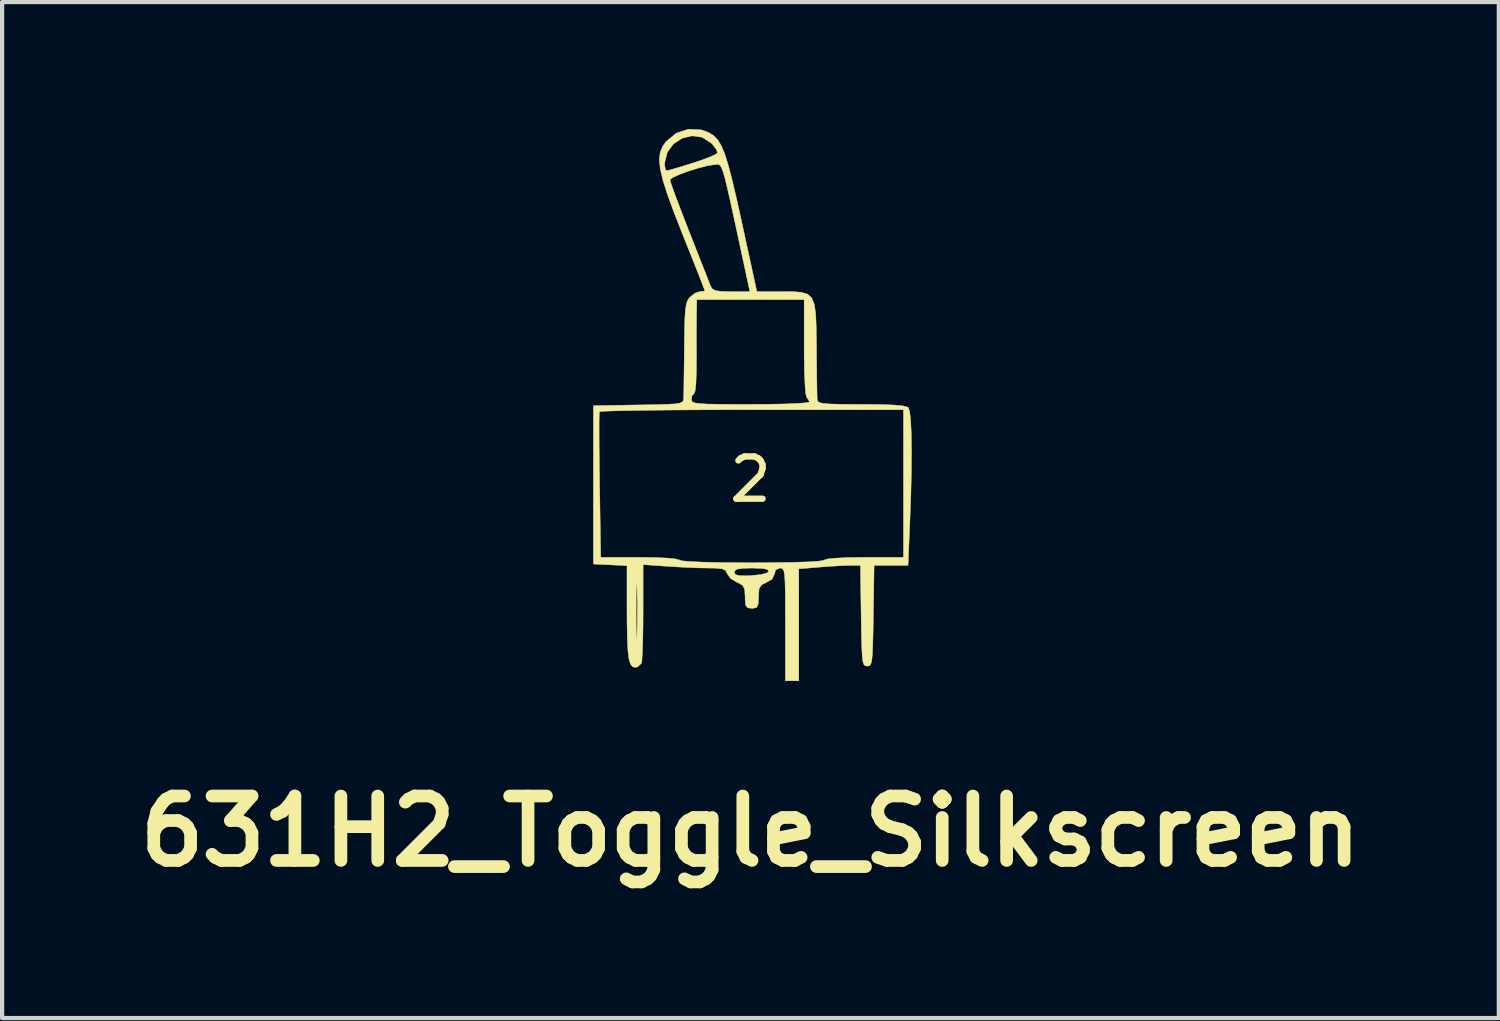
<source format=kicad_pcb>
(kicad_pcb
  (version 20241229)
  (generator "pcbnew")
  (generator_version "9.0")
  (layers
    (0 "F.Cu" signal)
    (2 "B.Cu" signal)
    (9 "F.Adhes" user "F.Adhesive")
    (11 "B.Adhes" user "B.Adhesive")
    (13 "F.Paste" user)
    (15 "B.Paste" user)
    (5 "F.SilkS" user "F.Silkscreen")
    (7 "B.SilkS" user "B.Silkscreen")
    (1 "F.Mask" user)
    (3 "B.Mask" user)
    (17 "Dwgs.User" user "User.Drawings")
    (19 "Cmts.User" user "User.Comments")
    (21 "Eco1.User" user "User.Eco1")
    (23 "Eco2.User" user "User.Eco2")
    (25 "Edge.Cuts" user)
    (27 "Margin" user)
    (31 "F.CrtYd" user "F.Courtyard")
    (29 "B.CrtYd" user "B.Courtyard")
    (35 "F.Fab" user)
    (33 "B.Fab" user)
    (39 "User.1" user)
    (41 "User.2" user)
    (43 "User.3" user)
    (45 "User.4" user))
  (footprint "631H2_Toggle_Silkscreen"
    (layer "F.Cu")
    (at 14.703 6.515)
    (property "Reference" "631H2_Toggle_Silkscreen" (at 0 10.1 0) (layer "F.SilkS") (effects (font (size 1.524 1.524) (thickness 0.3))))
    (attr through_hole board_only exclude_from_pos_files exclude_from_bom)
    (fp_poly (pts (xy -1.168 -6.494) (xy -1.119 -6.479) (xy -0.985 -6.427) (xy -0.873 -6.359) (xy -0.776 -6.259) (xy -0.689 -6.116) (xy -0.606 -5.915) (xy -0.521 -5.642) (xy -0.428 -5.284) (xy -0.321 -4.828) (xy -0.211 -4.329) (xy 0.151 -2.667) (xy 0.732 -2.667) (xy 1.003 -2.666) (xy 1.206 -2.65) (xy 1.352 -2.606) (xy 1.45 -2.516) (xy 1.51 -2.366) (xy 1.543 -2.138) (xy 1.556 -1.817) (xy 1.561 -1.388) (xy 1.562 -1.312) (xy 1.565 -0.946) (xy 1.569 -0.619) (xy 1.573 -0.354) (xy 1.576 -0.175) (xy 1.579 -0.111) (xy 1.592 -0.07) (xy 1.637 -0.04) (xy 1.731 -0.02) (xy 1.892 -0.008) (xy 2.138 -0.002) (xy 2.488 -0.000087) (xy 2.623 0) (xy 3.068 0.004) (xy 3.395 0.016) (xy 3.61 0.037) (xy 3.721 0.067) (xy 3.734 0.076) (xy 3.766 0.175) (xy 3.79 0.389) (xy 3.805 0.707) (xy 3.81 1.119) (xy 3.806 1.613) (xy 3.793 2.178) (xy 3.77 2.803) (xy 3.768 2.847) (xy 3.727 3.81) (xy 2.924 3.81) (xy 2.907 5.001) (xy 2.9 5.417) (xy 2.892 5.722) (xy 2.882 5.935) (xy 2.867 6.071) (xy 2.845 6.148) (xy 2.814 6.183) (xy 2.772 6.191) (xy 2.762 6.191) (xy 2.718 6.186) (xy 2.685 6.158) (xy 2.661 6.09) (xy 2.645 5.967) (xy 2.634 5.77) (xy 2.626 5.483) (xy 2.619 5.089) (xy 2.618 5.001) (xy 2.601 3.81) (xy 2.358 3.81) (xy 2.172 3.815) (xy 1.914 3.83) (xy 1.639 3.85) (xy 1.629 3.851) (xy 1.143 3.892) (xy 1.143 6.54) (xy 0.826 6.54) (xy 0.826 5.207) (xy 0.825 4.764) (xy 0.823 4.431) (xy 0.817 4.194) (xy 0.806 4.035) (xy 0.789 3.94) (xy 0.763 3.892) (xy 0.728 3.875) (xy 0.699 3.873) (xy 0.593 3.917) (xy 0.572 4.006) (xy 0.512 4.135) (xy 0.381 4.21) (xy 0.26 4.271) (xy 0.205 4.359) (xy 0.191 4.522) (xy 0.191 4.554) (xy 0.183 4.725) (xy 0.147 4.804) (xy 0.063 4.825) (xy 0.032 4.826) (xy -0.068 4.813) (xy -0.114 4.752) (xy -0.127 4.608) (xy -0.127 4.554) (xy -0.137 4.377) (xy -0.185 4.281) (xy -0.296 4.219) (xy -0.322 4.209) (xy -0.469 4.12) (xy -0.551 4.007) (xy -0.552 4.004) (xy -0.568 3.972) (xy -0.381 3.972) (xy -0.358 4.026) (xy -0.273 4.052) (xy -0.098 4.055) (xy 0.011 4.051) (xy 0.25 4.027) (xy 0.395 3.985) (xy 0.429 3.953) (xy 0.406 3.908) (xy 0.289 3.882) (xy 0.064 3.874) (xy 0.037 3.873) (xy -0.195 3.879) (xy -0.324 3.901) (xy -0.376 3.944) (xy -0.381 3.972) (xy -0.568 3.972) (xy -0.587 3.932) (xy -0.663 3.892) (xy -0.813 3.876) (xy -0.982 3.873) (xy -1.236 3.869) (xy -1.557 3.856) (xy -1.885 3.837) (xy -1.959 3.832) (xy -2.54 3.791) (xy -2.54 4.907) (xy -2.542 5.276) (xy -2.548 5.605) (xy -2.557 5.872) (xy -2.568 6.054) (xy -2.579 6.123) (xy -2.667 6.209) (xy -2.729 6.223) (xy -2.793 6.205) (xy -2.841 6.14) (xy -2.876 6.015) (xy -2.9 5.815) (xy -2.914 5.526) (xy -2.92 5.133) (xy -2.921 4.889) (xy -2.704 4.889) (xy -2.703 5.205) (xy -2.7 5.429) (xy -2.696 5.553) (xy -2.69 5.568) (xy -2.684 5.466) (xy -2.683 5.445) (xy -2.676 5.093) (xy -2.675 4.699) (xy -2.683 4.344) (xy -2.683 4.334) (xy -2.69 4.217) (xy -2.695 4.218) (xy -2.7 4.33) (xy -2.703 4.542) (xy -2.704 4.846) (xy -2.704 4.889) (xy -2.921 4.889) (xy -2.921 4.821) (xy -2.921 3.816) (xy -3.715 3.778) (xy -3.715 0.709) (xy -3.581 0.709) (xy -3.579 1.061) (xy -3.575 1.472) (xy -3.569 1.921) (xy -3.542 3.619) (xy -2.632 3.619) (xy -2.272 3.624) (xy -1.983 3.636) (xy -1.782 3.655) (xy -1.687 3.679) (xy -1.683 3.683) (xy -1.607 3.703) (xy -1.412 3.72) (xy -1.107 3.733) (xy -0.698 3.742) (xy -0.194 3.746) (xy 0.032 3.747) (xy 0.571 3.744) (xy 1.018 3.737) (xy 1.366 3.726) (xy 1.606 3.711) (xy 1.731 3.692) (xy 1.746 3.683) (xy 1.823 3.658) (xy 2.01 3.639) (xy 2.288 3.625) (xy 2.639 3.62) (xy 2.702 3.619) (xy 3.619 3.619) (xy 3.619 0.127) (xy 0.035 0.127) (xy -0.627 0.128) (xy -1.25 0.13) (xy -1.824 0.134) (xy -2.335 0.139) (xy -2.774 0.145) (xy -3.128 0.152) (xy -3.386 0.16) (xy -3.537 0.168) (xy -3.572 0.175) (xy -3.578 0.248) (xy -3.581 0.432) (xy -3.581 0.709) (xy -3.715 0.709) (xy -3.715 0.032) (xy -2.651 0.014) (xy -2.261 0.007) (xy -1.981 -0.000256) (xy -1.791 -0.011) (xy -1.674 -0.029) (xy -1.612 -0.055) (xy -1.587 -0.093) (xy -1.583 -0.127) (xy -1.397 -0.127) (xy -1.392 -0.086) (xy -1.368 -0.054) (xy -1.308 -0.032) (xy -1.198 -0.017) (xy -1.021 -0.007) (xy -0.761 -0.002) (xy -0.404 -0.000301) (xy 0 0) (xy 0.45 -0.003) (xy 0.827 -0.01) (xy 1.119 -0.022) (xy 1.313 -0.037) (xy 1.395 -0.056) (xy 1.397 -0.06) (xy 1.351 -0.146) (xy 1.333 -0.159) (xy 1.31 -0.236) (xy 1.292 -0.426) (xy 1.278 -0.716) (xy 1.271 -1.093) (xy 1.27 -1.337) (xy 1.27 -2.477) (xy -1.27 -2.477) (xy -1.275 -2.207) (xy -1.277 -2.04) (xy -1.278 -1.78) (xy -1.278 -1.462) (xy -1.277 -1.121) (xy -1.277 -1.095) (xy -1.28 -0.749) (xy -1.291 -0.483) (xy -1.31 -0.313) (xy -1.335 -0.254) (xy -1.385 -0.201) (xy -1.397 -0.127) (xy -1.583 -0.127) (xy -1.581 -0.144) (xy -1.578 -0.254) (xy -1.575 -0.465) (xy -1.571 -0.755) (xy -1.567 -1.097) (xy -1.565 -1.343) (xy -1.56 -1.739) (xy -1.552 -2.028) (xy -1.539 -2.231) (xy -1.518 -2.367) (xy -1.488 -2.457) (xy -1.445 -2.522) (xy -1.435 -2.533) (xy -1.306 -2.633) (xy -1.197 -2.667) (xy -1.099 -2.677) (xy -1.079 -2.689) (xy -1.102 -2.751) (xy -1.165 -2.915) (xy -1.262 -3.161) (xy -1.386 -3.474) (xy -1.531 -3.836) (xy -1.599 -4.006) (xy -1.807 -4.536) (xy -1.964 -4.965) (xy -2.073 -5.308) (xy -2.073 -5.309) (xy -1.905 -5.309) (xy -1.882 -5.231) (xy -1.82 -5.054) (xy -1.725 -4.797) (xy -1.604 -4.481) (xy -1.466 -4.125) (xy -1.454 -4.096) (xy -1.31 -3.731) (xy -1.18 -3.399) (xy -1.07 -3.121) (xy -0.991 -2.918) (xy -0.949 -2.812) (xy -0.948 -2.81) (xy -0.906 -2.734) (xy -0.833 -2.691) (xy -0.698 -2.672) (xy -0.47 -2.667) (xy -0.453 -2.667) (xy -0.014 -2.667) (xy -0.168 -3.381) (xy -0.296 -3.977) (xy -0.401 -4.461) (xy -0.485 -4.843) (xy -0.552 -5.137) (xy -0.605 -5.353) (xy -0.649 -5.503) (xy -0.685 -5.599) (xy -0.718 -5.652) (xy -0.752 -5.674) (xy -0.789 -5.677) (xy -0.833 -5.672) (xy -0.846 -5.671) (xy -1.019 -5.644) (xy -1.236 -5.588) (xy -1.466 -5.517) (xy -1.676 -5.44) (xy -1.833 -5.369) (xy -1.904 -5.315) (xy -1.905 -5.309) (xy -2.073 -5.309) (xy -2.136 -5.579) (xy -2.145 -5.68) (xy -2.032 -5.68) (xy -2.015 -5.563) (xy -1.984 -5.526) (xy -1.907 -5.544) (xy -1.737 -5.593) (xy -1.506 -5.663) (xy -1.369 -5.706) (xy -1.12 -5.79) (xy -0.921 -5.867) (xy -0.801 -5.927) (xy -0.78 -5.948) (xy -0.807 -6.03) (xy -0.9 -6.152) (xy -0.928 -6.181) (xy -1.142 -6.318) (xy -1.381 -6.352) (xy -1.617 -6.295) (xy -1.823 -6.16) (xy -1.97 -5.958) (xy -2.032 -5.704) (xy -2.032 -5.68) (xy -2.145 -5.68) (xy -2.156 -5.792) (xy -2.135 -5.962) (xy -2.077 -6.103) (xy -2.001 -6.211) (xy -1.757 -6.413) (xy -1.469 -6.51) (xy -1.168 -6.494)) (stroke (width 0.01) (type solid)) (fill yes) (layer "F.SilkS"))
    (fp_text user "2" (at 0 1.778 0) (layer "F.SilkS") (effects (font (size 1 1) (thickness 0.15)))))
  (gr_rect
    (start -3 -3)
    (end 32.406 21.033)
    (stroke (width 0.1) (type default))
    (fill no)
    (layer "Edge.Cuts")))
</source>
